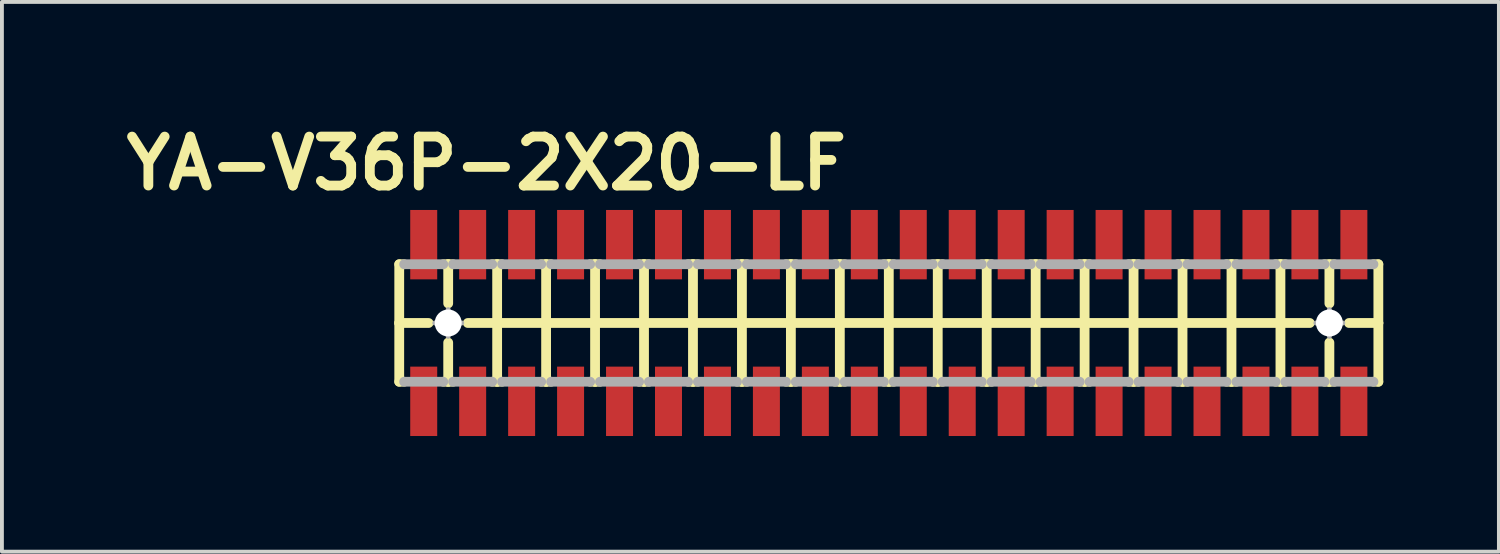
<source format=kicad_pcb>
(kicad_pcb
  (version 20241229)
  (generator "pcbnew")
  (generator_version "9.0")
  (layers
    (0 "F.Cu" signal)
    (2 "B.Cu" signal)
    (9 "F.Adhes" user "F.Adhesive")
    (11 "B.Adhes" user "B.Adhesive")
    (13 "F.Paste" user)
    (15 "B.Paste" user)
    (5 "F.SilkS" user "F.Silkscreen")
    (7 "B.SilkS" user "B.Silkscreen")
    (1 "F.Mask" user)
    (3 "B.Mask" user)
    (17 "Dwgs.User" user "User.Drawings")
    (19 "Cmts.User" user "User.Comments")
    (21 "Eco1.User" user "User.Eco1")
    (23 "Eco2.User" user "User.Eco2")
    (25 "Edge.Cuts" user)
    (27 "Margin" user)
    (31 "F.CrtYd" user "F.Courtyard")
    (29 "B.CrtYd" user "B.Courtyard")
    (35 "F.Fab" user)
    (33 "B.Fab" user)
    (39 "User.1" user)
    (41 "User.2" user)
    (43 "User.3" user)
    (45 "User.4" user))
  (footprint "YA-V36P-2X20-LF"
    (layer "F.Cu")
    (at 20.007 5.329)
    (property "Reference" "YA-V36P-2X20-LF" (at -10.439 -4.14 0) (layer "F.SilkS") (effects (font (size 1.27 1.27) (thickness 0.254))))
    (attr smd)
    (fp_line (start -12.7 -1.524) (end -12.7 0) (stroke (width 0.254) (type solid)) (layer "F.SilkS"))
    (fp_line (start -12.7 0) (end -12.7 1.524) (stroke (width 0.254) (type solid)) (layer "F.SilkS"))
    (fp_line (start -12.7 0) (end -11.938 0) (stroke (width 0.254) (type solid)) (layer "F.SilkS"))
    (fp_line (start -12.7 1.524) (end -12.573 1.524) (stroke (width 0.254) (type solid)) (layer "F.SilkS"))
    (fp_line (start -12.573 -1.524) (end -12.7 -1.524) (stroke (width 0.254) (type solid)) (layer "F.SilkS"))
    (fp_line (start -11.557 -1.524) (end -11.43 -1.524) (stroke (width 0.254) (type solid)) (layer "F.SilkS"))
    (fp_line (start -11.557 1.524) (end -11.43 1.524) (stroke (width 0.254) (type solid)) (layer "F.SilkS"))
    (fp_line (start -11.43 -1.524) (end -11.303 -1.524) (stroke (width 0.254) (type solid)) (layer "F.SilkS"))
    (fp_line (start -11.43 -0.508) (end -11.43 -1.524) (stroke (width 0.254) (type solid)) (layer "F.SilkS"))
    (fp_line (start -11.43 1.524) (end -11.43 0.508) (stroke (width 0.254) (type solid)) (layer "F.SilkS"))
    (fp_line (start -11.43 1.524) (end -11.303 1.524) (stroke (width 0.254) (type solid)) (layer "F.SilkS"))
    (fp_line (start -10.922 0) (end -10.16 0) (stroke (width 0.254) (type solid)) (layer "F.SilkS"))
    (fp_line (start -10.287 -1.524) (end -10.16 -1.524) (stroke (width 0.254) (type solid)) (layer "F.SilkS"))
    (fp_line (start -10.287 1.524) (end -10.16 1.524) (stroke (width 0.254) (type solid)) (layer "F.SilkS"))
    (fp_line (start -10.16 -1.524) (end -10.033 -1.524) (stroke (width 0.254) (type solid)) (layer "F.SilkS"))
    (fp_line (start -10.16 0) (end -10.16 -1.524) (stroke (width 0.254) (type solid)) (layer "F.SilkS"))
    (fp_line (start -10.16 0) (end -8.89 0) (stroke (width 0.254) (type solid)) (layer "F.SilkS"))
    (fp_line (start -10.16 1.524) (end -10.16 0) (stroke (width 0.254) (type solid)) (layer "F.SilkS"))
    (fp_line (start -10.16 1.524) (end -10.033 1.524) (stroke (width 0.254) (type solid)) (layer "F.SilkS"))
    (fp_line (start -9.017 -1.524) (end -8.89 -1.524) (stroke (width 0.254) (type solid)) (layer "F.SilkS"))
    (fp_line (start -9.017 1.524) (end -8.89 1.524) (stroke (width 0.254) (type solid)) (layer "F.SilkS"))
    (fp_line (start -8.89 -1.524) (end -8.76 -1.524) (stroke (width 0.254) (type solid)) (layer "F.SilkS"))
    (fp_line (start -8.89 0) (end -8.89 -1.524) (stroke (width 0.254) (type solid)) (layer "F.SilkS"))
    (fp_line (start -8.89 0) (end -7.62 0) (stroke (width 0.254) (type solid)) (layer "F.SilkS"))
    (fp_line (start -8.89 1.524) (end -8.89 0) (stroke (width 0.254) (type solid)) (layer "F.SilkS"))
    (fp_line (start -8.89 1.524) (end -8.76 1.524) (stroke (width 0.254) (type solid)) (layer "F.SilkS"))
    (fp_line (start -7.747 -1.524) (end -7.62 -1.524) (stroke (width 0.254) (type solid)) (layer "F.SilkS"))
    (fp_line (start -7.747 1.524) (end -7.62 1.524) (stroke (width 0.254) (type solid)) (layer "F.SilkS"))
    (fp_line (start -7.62 -1.524) (end -7.493 -1.524) (stroke (width 0.254) (type solid)) (layer "F.SilkS"))
    (fp_line (start -7.62 0) (end -7.62 -1.524) (stroke (width 0.254) (type solid)) (layer "F.SilkS"))
    (fp_line (start -7.62 0) (end -6.35 0) (stroke (width 0.254) (type solid)) (layer "F.SilkS"))
    (fp_line (start -7.62 1.524) (end -7.62 0) (stroke (width 0.254) (type solid)) (layer "F.SilkS"))
    (fp_line (start -7.62 1.524) (end -7.493 1.524) (stroke (width 0.254) (type solid)) (layer "F.SilkS"))
    (fp_line (start -6.477 -1.524) (end -6.35 -1.524) (stroke (width 0.254) (type solid)) (layer "F.SilkS"))
    (fp_line (start -6.477 1.524) (end -6.35 1.524) (stroke (width 0.254) (type solid)) (layer "F.SilkS"))
    (fp_line (start -6.35 -1.524) (end -6.223 -1.524) (stroke (width 0.254) (type solid)) (layer "F.SilkS"))
    (fp_line (start -6.35 0) (end -6.35 -1.524) (stroke (width 0.254) (type solid)) (layer "F.SilkS"))
    (fp_line (start -6.35 0) (end -5.08 0) (stroke (width 0.254) (type solid)) (layer "F.SilkS"))
    (fp_line (start -6.35 1.524) (end -6.35 0) (stroke (width 0.254) (type solid)) (layer "F.SilkS"))
    (fp_line (start -6.35 1.524) (end -6.223 1.524) (stroke (width 0.254) (type solid)) (layer "F.SilkS"))
    (fp_line (start -5.207 -1.524) (end -5.08 -1.524) (stroke (width 0.254) (type solid)) (layer "F.SilkS"))
    (fp_line (start -5.207 1.524) (end -5.08 1.524) (stroke (width 0.254) (type solid)) (layer "F.SilkS"))
    (fp_line (start -5.08 -1.524) (end -4.953 -1.524) (stroke (width 0.254) (type solid)) (layer "F.SilkS"))
    (fp_line (start -5.08 0) (end -5.08 -1.524) (stroke (width 0.254) (type solid)) (layer "F.SilkS"))
    (fp_line (start -5.08 0) (end -3.81 0) (stroke (width 0.254) (type solid)) (layer "F.SilkS"))
    (fp_line (start -5.08 1.524) (end -5.08 0) (stroke (width 0.254) (type solid)) (layer "F.SilkS"))
    (fp_line (start -5.08 1.524) (end -4.953 1.524) (stroke (width 0.254) (type solid)) (layer "F.SilkS"))
    (fp_line (start -3.937 -1.524) (end -3.81 -1.524) (stroke (width 0.254) (type solid)) (layer "F.SilkS"))
    (fp_line (start -3.937 1.524) (end -3.81 1.524) (stroke (width 0.254) (type solid)) (layer "F.SilkS"))
    (fp_line (start -3.81 -1.524) (end -3.683 -1.524) (stroke (width 0.254) (type solid)) (layer "F.SilkS"))
    (fp_line (start -3.81 0) (end -3.81 -1.524) (stroke (width 0.254) (type solid)) (layer "F.SilkS"))
    (fp_line (start -3.81 0) (end -2.54 0) (stroke (width 0.254) (type solid)) (layer "F.SilkS"))
    (fp_line (start -3.81 1.524) (end -3.81 0) (stroke (width 0.254) (type solid)) (layer "F.SilkS"))
    (fp_line (start -3.81 1.524) (end -3.683 1.524) (stroke (width 0.254) (type solid)) (layer "F.SilkS"))
    (fp_line (start -2.667 -1.524) (end -2.54 -1.524) (stroke (width 0.254) (type solid)) (layer "F.SilkS"))
    (fp_line (start -2.667 1.524) (end -2.54 1.524) (stroke (width 0.254) (type solid)) (layer "F.SilkS"))
    (fp_line (start -2.54 -1.524) (end -2.413 -1.524) (stroke (width 0.254) (type solid)) (layer "F.SilkS"))
    (fp_line (start -2.54 0) (end -2.54 -1.524) (stroke (width 0.254) (type solid)) (layer "F.SilkS"))
    (fp_line (start -2.54 0) (end -1.27 0) (stroke (width 0.254) (type solid)) (layer "F.SilkS"))
    (fp_line (start -2.54 1.524) (end -2.54 0) (stroke (width 0.254) (type solid)) (layer "F.SilkS"))
    (fp_line (start -2.54 1.524) (end -2.413 1.524) (stroke (width 0.254) (type solid)) (layer "F.SilkS"))
    (fp_line (start -1.397 -1.524) (end -1.27 -1.524) (stroke (width 0.254) (type solid)) (layer "F.SilkS"))
    (fp_line (start -1.397 1.524) (end -1.27 1.524) (stroke (width 0.254) (type solid)) (layer "F.SilkS"))
    (fp_line (start -1.27 -1.524) (end -1.143 -1.524) (stroke (width 0.254) (type solid)) (layer "F.SilkS"))
    (fp_line (start -1.27 0) (end -1.27 -1.524) (stroke (width 0.254) (type solid)) (layer "F.SilkS"))
    (fp_line (start -1.27 0) (end 0 0) (stroke (width 0.254) (type solid)) (layer "F.SilkS"))
    (fp_line (start -1.27 1.524) (end -1.27 0) (stroke (width 0.254) (type solid)) (layer "F.SilkS"))
    (fp_line (start -1.27 1.524) (end -1.143 1.524) (stroke (width 0.254) (type solid)) (layer "F.SilkS"))
    (fp_line (start -0.127 -1.524) (end 0 -1.524) (stroke (width 0.254) (type solid)) (layer "F.SilkS"))
    (fp_line (start -0.127 1.524) (end 0 1.524) (stroke (width 0.254) (type solid)) (layer "F.SilkS"))
    (fp_line (start 0 -1.524) (end 0.127 -1.524) (stroke (width 0.254) (type solid)) (layer "F.SilkS"))
    (fp_line (start 0 0) (end 0 -1.524) (stroke (width 0.254) (type solid)) (layer "F.SilkS"))
    (fp_line (start 0 0) (end 1.27 0) (stroke (width 0.254) (type solid)) (layer "F.SilkS"))
    (fp_line (start 0 1.524) (end 0 0) (stroke (width 0.254) (type solid)) (layer "F.SilkS"))
    (fp_line (start 0 1.524) (end 0.127 1.524) (stroke (width 0.254) (type solid)) (layer "F.SilkS"))
    (fp_line (start 1.143 -1.524) (end 1.27 -1.524) (stroke (width 0.254) (type solid)) (layer "F.SilkS"))
    (fp_line (start 1.143 1.524) (end 1.27 1.524) (stroke (width 0.254) (type solid)) (layer "F.SilkS"))
    (fp_line (start 1.27 -1.524) (end 1.397 -1.524) (stroke (width 0.254) (type solid)) (layer "F.SilkS"))
    (fp_line (start 1.27 0) (end 1.27 -1.524) (stroke (width 0.254) (type solid)) (layer "F.SilkS"))
    (fp_line (start 1.27 0) (end 2.54 0) (stroke (width 0.254) (type solid)) (layer "F.SilkS"))
    (fp_line (start 1.27 1.524) (end 1.27 0) (stroke (width 0.254) (type solid)) (layer "F.SilkS"))
    (fp_line (start 1.27 1.524) (end 1.397 1.524) (stroke (width 0.254) (type solid)) (layer "F.SilkS"))
    (fp_line (start 2.413 -1.524) (end 2.54 -1.524) (stroke (width 0.254) (type solid)) (layer "F.SilkS"))
    (fp_line (start 2.413 1.524) (end 2.54 1.524) (stroke (width 0.254) (type solid)) (layer "F.SilkS"))
    (fp_line (start 2.54 -1.524) (end 2.667 -1.524) (stroke (width 0.254) (type solid)) (layer "F.SilkS"))
    (fp_line (start 2.54 0) (end 2.54 -1.524) (stroke (width 0.254) (type solid)) (layer "F.SilkS"))
    (fp_line (start 2.54 0) (end 3.81 0) (stroke (width 0.254) (type solid)) (layer "F.SilkS"))
    (fp_line (start 2.54 1.524) (end 2.54 0) (stroke (width 0.254) (type solid)) (layer "F.SilkS"))
    (fp_line (start 2.54 1.524) (end 2.667 1.524) (stroke (width 0.254) (type solid)) (layer "F.SilkS"))
    (fp_line (start 3.683 -1.524) (end 3.81 -1.524) (stroke (width 0.254) (type solid)) (layer "F.SilkS"))
    (fp_line (start 3.683 1.524) (end 3.81 1.524) (stroke (width 0.254) (type solid)) (layer "F.SilkS"))
    (fp_line (start 3.81 -1.524) (end 3.937 -1.524) (stroke (width 0.254) (type solid)) (layer "F.SilkS"))
    (fp_line (start 3.81 0) (end 3.81 -1.524) (stroke (width 0.254) (type solid)) (layer "F.SilkS"))
    (fp_line (start 3.81 0) (end 5.08 0) (stroke (width 0.254) (type solid)) (layer "F.SilkS"))
    (fp_line (start 3.81 1.524) (end 3.81 0) (stroke (width 0.254) (type solid)) (layer "F.SilkS"))
    (fp_line (start 3.81 1.524) (end 3.937 1.524) (stroke (width 0.254) (type solid)) (layer "F.SilkS"))
    (fp_line (start 4.953 -1.524) (end 5.08 -1.524) (stroke (width 0.254) (type solid)) (layer "F.SilkS"))
    (fp_line (start 4.953 1.524) (end 5.08 1.524) (stroke (width 0.254) (type solid)) (layer "F.SilkS"))
    (fp_line (start 5.08 -1.524) (end 5.207 -1.524) (stroke (width 0.254) (type solid)) (layer "F.SilkS"))
    (fp_line (start 5.08 0) (end 5.08 -1.524) (stroke (width 0.254) (type solid)) (layer "F.SilkS"))
    (fp_line (start 5.08 0) (end 6.35 0) (stroke (width 0.254) (type solid)) (layer "F.SilkS"))
    (fp_line (start 5.08 1.524) (end 5.08 0) (stroke (width 0.254) (type solid)) (layer "F.SilkS"))
    (fp_line (start 5.08 1.524) (end 5.207 1.524) (stroke (width 0.254) (type solid)) (layer "F.SilkS"))
    (fp_line (start 6.223 -1.524) (end 6.35 -1.524) (stroke (width 0.254) (type solid)) (layer "F.SilkS"))
    (fp_line (start 6.223 1.524) (end 6.35 1.524) (stroke (width 0.254) (type solid)) (layer "F.SilkS"))
    (fp_line (start 6.35 -1.524) (end 6.477 -1.524) (stroke (width 0.254) (type solid)) (layer "F.SilkS"))
    (fp_line (start 6.35 0) (end 6.35 -1.524) (stroke (width 0.254) (type solid)) (layer "F.SilkS"))
    (fp_line (start 6.35 0) (end 7.62 0) (stroke (width 0.254) (type solid)) (layer "F.SilkS"))
    (fp_line (start 6.35 1.524) (end 6.35 0) (stroke (width 0.254) (type solid)) (layer "F.SilkS"))
    (fp_line (start 6.35 1.524) (end 6.477 1.524) (stroke (width 0.254) (type solid)) (layer "F.SilkS"))
    (fp_line (start 7.493 -1.524) (end 7.62 -1.524) (stroke (width 0.254) (type solid)) (layer "F.SilkS"))
    (fp_line (start 7.493 1.524) (end 7.62 1.524) (stroke (width 0.254) (type solid)) (layer "F.SilkS"))
    (fp_line (start 7.62 -1.524) (end 7.747 -1.524) (stroke (width 0.254) (type solid)) (layer "F.SilkS"))
    (fp_line (start 7.62 0) (end 7.62 -1.524) (stroke (width 0.254) (type solid)) (layer "F.SilkS"))
    (fp_line (start 7.62 0) (end 8.89 0) (stroke (width 0.254) (type solid)) (layer "F.SilkS"))
    (fp_line (start 7.62 1.524) (end 7.62 0) (stroke (width 0.254) (type solid)) (layer "F.SilkS"))
    (fp_line (start 7.62 1.524) (end 7.747 1.524) (stroke (width 0.254) (type solid)) (layer "F.SilkS"))
    (fp_line (start 8.76 -1.524) (end 8.89 -1.524) (stroke (width 0.254) (type solid)) (layer "F.SilkS"))
    (fp_line (start 8.76 1.524) (end 8.89 1.524) (stroke (width 0.254) (type solid)) (layer "F.SilkS"))
    (fp_line (start 8.89 -1.524) (end 9.017 -1.524) (stroke (width 0.254) (type solid)) (layer "F.SilkS"))
    (fp_line (start 8.89 0) (end 8.89 -1.524) (stroke (width 0.254) (type solid)) (layer "F.SilkS"))
    (fp_line (start 8.89 0) (end 10.16 0) (stroke (width 0.254) (type solid)) (layer "F.SilkS"))
    (fp_line (start 8.89 1.524) (end 8.89 0) (stroke (width 0.254) (type solid)) (layer "F.SilkS"))
    (fp_line (start 8.89 1.524) (end 9.017 1.524) (stroke (width 0.254) (type solid)) (layer "F.SilkS"))
    (fp_line (start 10.033 -1.524) (end 10.16 -1.524) (stroke (width 0.254) (type solid)) (layer "F.SilkS"))
    (fp_line (start 10.033 1.524) (end 10.16 1.524) (stroke (width 0.254) (type solid)) (layer "F.SilkS"))
    (fp_line (start 10.16 -1.524) (end 10.287 -1.524) (stroke (width 0.254) (type solid)) (layer "F.SilkS"))
    (fp_line (start 10.16 0) (end 10.16 -1.524) (stroke (width 0.254) (type solid)) (layer "F.SilkS"))
    (fp_line (start 10.16 0) (end 10.922 0) (stroke (width 0.254) (type solid)) (layer "F.SilkS"))
    (fp_line (start 10.16 1.524) (end 10.16 0) (stroke (width 0.254) (type solid)) (layer "F.SilkS"))
    (fp_line (start 10.16 1.524) (end 10.287 1.524) (stroke (width 0.254) (type solid)) (layer "F.SilkS"))
    (fp_line (start 11.303 -1.524) (end 11.557 -1.524) (stroke (width 0.254) (type solid)) (layer "F.SilkS"))
    (fp_line (start 11.303 1.524) (end 11.43 1.524) (stroke (width 0.254) (type solid)) (layer "F.SilkS"))
    (fp_line (start 11.43 -0.508) (end 11.43 -1.524) (stroke (width 0.254) (type solid)) (layer "F.SilkS"))
    (fp_line (start 11.43 1.524) (end 11.43 0.508) (stroke (width 0.254) (type solid)) (layer "F.SilkS"))
    (fp_line (start 11.43 1.524) (end 11.557 1.524) (stroke (width 0.254) (type solid)) (layer "F.SilkS"))
    (fp_line (start 11.938 0) (end 12.7 0) (stroke (width 0.254) (type solid)) (layer "F.SilkS"))
    (fp_line (start 12.573 -1.524) (end 12.7 -1.524) (stroke (width 0.254) (type solid)) (layer "F.SilkS"))
    (fp_line (start 12.7 -1.524) (end 12.7 0) (stroke (width 0.254) (type solid)) (layer "F.SilkS"))
    (fp_line (start 12.7 0) (end 12.7 1.524) (stroke (width 0.254) (type solid)) (layer "F.SilkS"))
    (fp_line (start 12.7 1.524) (end 12.573 1.524) (stroke (width 0.254) (type solid)) (layer "F.SilkS"))
    (fp_line (start -12.573 -1.524) (end -11.557 -1.524) (stroke (width 0.254) (type solid)) (layer "F.Fab"))
    (fp_line (start -12.573 1.524) (end -11.557 1.524) (stroke (width 0.254) (type solid)) (layer "F.Fab"))
    (fp_line (start -11.778 0) (end -11.079 0) (stroke (width 0.127) (type solid)) (layer "F.Fab"))
    (fp_line (start -11.43 0.348) (end -11.43 -0.348) (stroke (width 0.127) (type solid)) (layer "F.Fab"))
    (fp_line (start -11.303 -1.524) (end -10.287 -1.524) (stroke (width 0.254) (type solid)) (layer "F.Fab"))
    (fp_line (start -11.303 1.524) (end -10.287 1.524) (stroke (width 0.254) (type solid)) (layer "F.Fab"))
    (fp_line (start -10.033 -1.524) (end -9.017 -1.524) (stroke (width 0.254) (type solid)) (layer "F.Fab"))
    (fp_line (start -10.033 1.524) (end -9.017 1.524) (stroke (width 0.254) (type solid)) (layer "F.Fab"))
    (fp_line (start -8.76 -1.524) (end -7.747 -1.524) (stroke (width 0.254) (type solid)) (layer "F.Fab"))
    (fp_line (start -8.76 1.524) (end -7.747 1.524) (stroke (width 0.254) (type solid)) (layer "F.Fab"))
    (fp_line (start -7.493 -1.524) (end -6.477 -1.524) (stroke (width 0.254) (type solid)) (layer "F.Fab"))
    (fp_line (start -7.493 1.524) (end -6.477 1.524) (stroke (width 0.254) (type solid)) (layer "F.Fab"))
    (fp_line (start -6.223 -1.524) (end -5.207 -1.524) (stroke (width 0.254) (type solid)) (layer "F.Fab"))
    (fp_line (start -6.223 1.524) (end -5.207 1.524) (stroke (width 0.254) (type solid)) (layer "F.Fab"))
    (fp_line (start -4.953 -1.524) (end -3.937 -1.524) (stroke (width 0.254) (type solid)) (layer "F.Fab"))
    (fp_line (start -4.953 1.524) (end -3.937 1.524) (stroke (width 0.254) (type solid)) (layer "F.Fab"))
    (fp_line (start -3.683 -1.524) (end -2.667 -1.524) (stroke (width 0.254) (type solid)) (layer "F.Fab"))
    (fp_line (start -3.683 1.524) (end -2.667 1.524) (stroke (width 0.254) (type solid)) (layer "F.Fab"))
    (fp_line (start -2.413 -1.524) (end -1.397 -1.524) (stroke (width 0.254) (type solid)) (layer "F.Fab"))
    (fp_line (start -2.413 1.524) (end -1.397 1.524) (stroke (width 0.254) (type solid)) (layer "F.Fab"))
    (fp_line (start -1.143 -1.524) (end -0.127 -1.524) (stroke (width 0.254) (type solid)) (layer "F.Fab"))
    (fp_line (start -1.143 1.524) (end -0.127 1.524) (stroke (width 0.254) (type solid)) (layer "F.Fab"))
    (fp_line (start 0.127 -1.524) (end 1.143 -1.524) (stroke (width 0.254) (type solid)) (layer "F.Fab"))
    (fp_line (start 0.127 1.524) (end 1.143 1.524) (stroke (width 0.254) (type solid)) (layer "F.Fab"))
    (fp_line (start 1.397 -1.524) (end 2.413 -1.524) (stroke (width 0.254) (type solid)) (layer "F.Fab"))
    (fp_line (start 1.397 1.524) (end 2.413 1.524) (stroke (width 0.254) (type solid)) (layer "F.Fab"))
    (fp_line (start 2.667 -1.524) (end 3.683 -1.524) (stroke (width 0.254) (type solid)) (layer "F.Fab"))
    (fp_line (start 2.667 1.524) (end 3.683 1.524) (stroke (width 0.254) (type solid)) (layer "F.Fab"))
    (fp_line (start 3.937 -1.524) (end 4.953 -1.524) (stroke (width 0.254) (type solid)) (layer "F.Fab"))
    (fp_line (start 3.937 1.524) (end 4.953 1.524) (stroke (width 0.254) (type solid)) (layer "F.Fab"))
    (fp_line (start 5.207 -1.524) (end 6.223 -1.524) (stroke (width 0.254) (type solid)) (layer "F.Fab"))
    (fp_line (start 5.207 1.524) (end 6.223 1.524) (stroke (width 0.254) (type solid)) (layer "F.Fab"))
    (fp_line (start 6.477 -1.524) (end 7.493 -1.524) (stroke (width 0.254) (type solid)) (layer "F.Fab"))
    (fp_line (start 6.477 1.524) (end 7.493 1.524) (stroke (width 0.254) (type solid)) (layer "F.Fab"))
    (fp_line (start 7.747 -1.524) (end 8.76 -1.524) (stroke (width 0.254) (type solid)) (layer "F.Fab"))
    (fp_line (start 7.747 1.524) (end 8.76 1.524) (stroke (width 0.254) (type solid)) (layer "F.Fab"))
    (fp_line (start 9.017 -1.524) (end 10.033 -1.524) (stroke (width 0.254) (type solid)) (layer "F.Fab"))
    (fp_line (start 9.017 1.524) (end 10.033 1.524) (stroke (width 0.254) (type solid)) (layer "F.Fab"))
    (fp_line (start 10.287 -1.524) (end 11.303 -1.524) (stroke (width 0.254) (type solid)) (layer "F.Fab"))
    (fp_line (start 10.287 1.524) (end 11.303 1.524) (stroke (width 0.254) (type solid)) (layer "F.Fab"))
    (fp_line (start 11.079 0) (end 11.778 0) (stroke (width 0.127) (type solid)) (layer "F.Fab"))
    (fp_line (start 11.43 0.348) (end 11.43 -0.348) (stroke (width 0.127) (type solid)) (layer "F.Fab"))
    (fp_line (start 11.557 -1.524) (end 12.573 -1.524) (stroke (width 0.254) (type solid)) (layer "F.Fab"))
    (fp_line (start 11.557 1.524) (end 12.573 1.524) (stroke (width 0.254) (type solid)) (layer "F.Fab"))
    (fp_circle (center -11.43 0) (end -11.603 0.173) (stroke (width 0.127) (type solid)) (fill no) (layer "F.Fab"))
    (fp_circle (center 11.43 0) (end 11.603 0.173) (stroke (width 0.127) (type solid)) (fill no) (layer "F.Fab"))
    (pad "" np_thru_hole circle (at -11.43 0 90) (size 0.7 0.7) (drill 0.7) (layers "*.Cu" "*.Mask"))
    (pad "" np_thru_hole circle (at 11.43 0 90) (size 0.7 0.7) (drill 0.7) (layers "*.Cu" "*.Mask"))
    (pad "1" smd rect (at -12.065 -2.032 270) (size 1.8 0.7) (layers "F.Cu" "F.Mask" "F.Paste"))
    (pad "2" smd rect (at -12.065 2.032 270) (size 1.8 0.7) (layers "F.Cu" "F.Mask" "F.Paste"))
    (pad "3" smd rect (at -10.795 -2.032 270) (size 1.8 0.7) (layers "F.Cu" "F.Mask" "F.Paste"))
    (pad "4" smd rect (at -10.795 2.032 270) (size 1.8 0.7) (layers "F.Cu" "F.Mask" "F.Paste"))
    (pad "5" smd rect (at -9.525 -2.032 270) (size 1.8 0.7) (layers "F.Cu" "F.Mask" "F.Paste"))
    (pad "6" smd rect (at -9.525 2.032 270) (size 1.8 0.7) (layers "F.Cu" "F.Mask" "F.Paste"))
    (pad "7" smd rect (at -8.255 -2.032 270) (size 1.8 0.7) (layers "F.Cu" "F.Mask" "F.Paste"))
    (pad "8" smd rect (at -8.255 2.032 270) (size 1.8 0.7) (layers "F.Cu" "F.Mask" "F.Paste"))
    (pad "9" smd rect (at -6.985 -2.032 270) (size 1.8 0.7) (layers "F.Cu" "F.Mask" "F.Paste"))
    (pad "10" smd rect (at -6.985 2.032 270) (size 1.8 0.7) (layers "F.Cu" "F.Mask" "F.Paste"))
    (pad "11" smd rect (at -5.715 -2.032 270) (size 1.8 0.7) (layers "F.Cu" "F.Mask" "F.Paste"))
    (pad "12" smd rect (at -5.715 2.032 270) (size 1.8 0.7) (layers "F.Cu" "F.Mask" "F.Paste"))
    (pad "13" smd rect (at -4.445 -2.032 90) (size 1.8 0.7) (layers "F.Cu" "F.Mask" "F.Paste"))
    (pad "14" smd rect (at -4.445 2.032 90) (size 1.8 0.7) (layers "F.Cu" "F.Mask" "F.Paste"))
    (pad "15" smd rect (at -3.175 -2.032 90) (size 1.8 0.7) (layers "F.Cu" "F.Mask" "F.Paste"))
    (pad "16" smd rect (at -3.175 2.032 90) (size 1.8 0.7) (layers "F.Cu" "F.Mask" "F.Paste"))
    (pad "17" smd rect (at -1.905 -2.032 90) (size 1.8 0.7) (layers "F.Cu" "F.Mask" "F.Paste"))
    (pad "18" smd rect (at -1.905 2.032 90) (size 1.8 0.7) (layers "F.Cu" "F.Mask" "F.Paste"))
    (pad "19" smd rect (at -0.635 -2.032 90) (size 1.8 0.7) (layers "F.Cu" "F.Mask" "F.Paste"))
    (pad "20" smd rect (at -0.635 2.032 90) (size 1.8 0.7) (layers "F.Cu" "F.Mask" "F.Paste"))
    (pad "21" smd rect (at 0.635 -2.032 90) (size 1.8 0.7) (layers "F.Cu" "F.Mask" "F.Paste"))
    (pad "22" smd rect (at 0.635 2.032 90) (size 1.8 0.7) (layers "F.Cu" "F.Mask" "F.Paste"))
    (pad "23" smd rect (at 1.905 -2.032 90) (size 1.8 0.7) (layers "F.Cu" "F.Mask" "F.Paste"))
    (pad "24" smd rect (at 1.905 2.032 90) (size 1.8 0.7) (layers "F.Cu" "F.Mask" "F.Paste"))
    (pad "25" smd rect (at 3.175 -2.032 90) (size 1.8 0.7) (layers "F.Cu" "F.Mask" "F.Paste"))
    (pad "26" smd rect (at 3.175 2.032 90) (size 1.8 0.7) (layers "F.Cu" "F.Mask" "F.Paste"))
    (pad "27" smd rect (at 4.445 -2.032 90) (size 1.8 0.7) (layers "F.Cu" "F.Mask" "F.Paste"))
    (pad "28" smd rect (at 4.445 2.032 90) (size 1.8 0.7) (layers "F.Cu" "F.Mask" "F.Paste"))
    (pad "29" smd rect (at 5.715 -2.032 90) (size 1.8 0.7) (layers "F.Cu" "F.Mask" "F.Paste"))
    (pad "30" smd rect (at 5.715 2.032 90) (size 1.8 0.7) (layers "F.Cu" "F.Mask" "F.Paste"))
    (pad "31" smd rect (at 6.985 -2.032 90) (size 1.8 0.7) (layers "F.Cu" "F.Mask" "F.Paste"))
    (pad "32" smd rect (at 6.985 2.032 90) (size 1.8 0.7) (layers "F.Cu" "F.Mask" "F.Paste"))
    (pad "33" smd rect (at 8.255 -2.032 90) (size 1.8 0.7) (layers "F.Cu" "F.Mask" "F.Paste"))
    (pad "34" smd rect (at 8.255 2.032 90) (size 1.8 0.7) (layers "F.Cu" "F.Mask" "F.Paste"))
    (pad "35" smd rect (at 9.525 -2.032 90) (size 1.8 0.7) (layers "F.Cu" "F.Mask" "F.Paste"))
    (pad "36" smd rect (at 9.525 2.032 90) (size 1.8 0.7) (layers "F.Cu" "F.Mask" "F.Paste"))
    (pad "37" smd rect (at 10.795 -2.032 90) (size 1.8 0.7) (layers "F.Cu" "F.Mask" "F.Paste"))
    (pad "38" smd rect (at 10.795 2.032 90) (size 1.8 0.7) (layers "F.Cu" "F.Mask" "F.Paste"))
    (pad "39" smd rect (at 12.065 -2.032 90) (size 1.8 0.7) (layers "F.Cu" "F.Mask" "F.Paste"))
    (pad "40" smd rect (at 12.065 2.032 90) (size 1.8 0.7) (layers "F.Cu" "F.Mask" "F.Paste")))
  (gr_rect
    (start -3 -3)
    (end 35.834 11.261)
    (stroke (width 0.1) (type default))
    (fill no)
    (layer "Edge.Cuts")))
</source>
